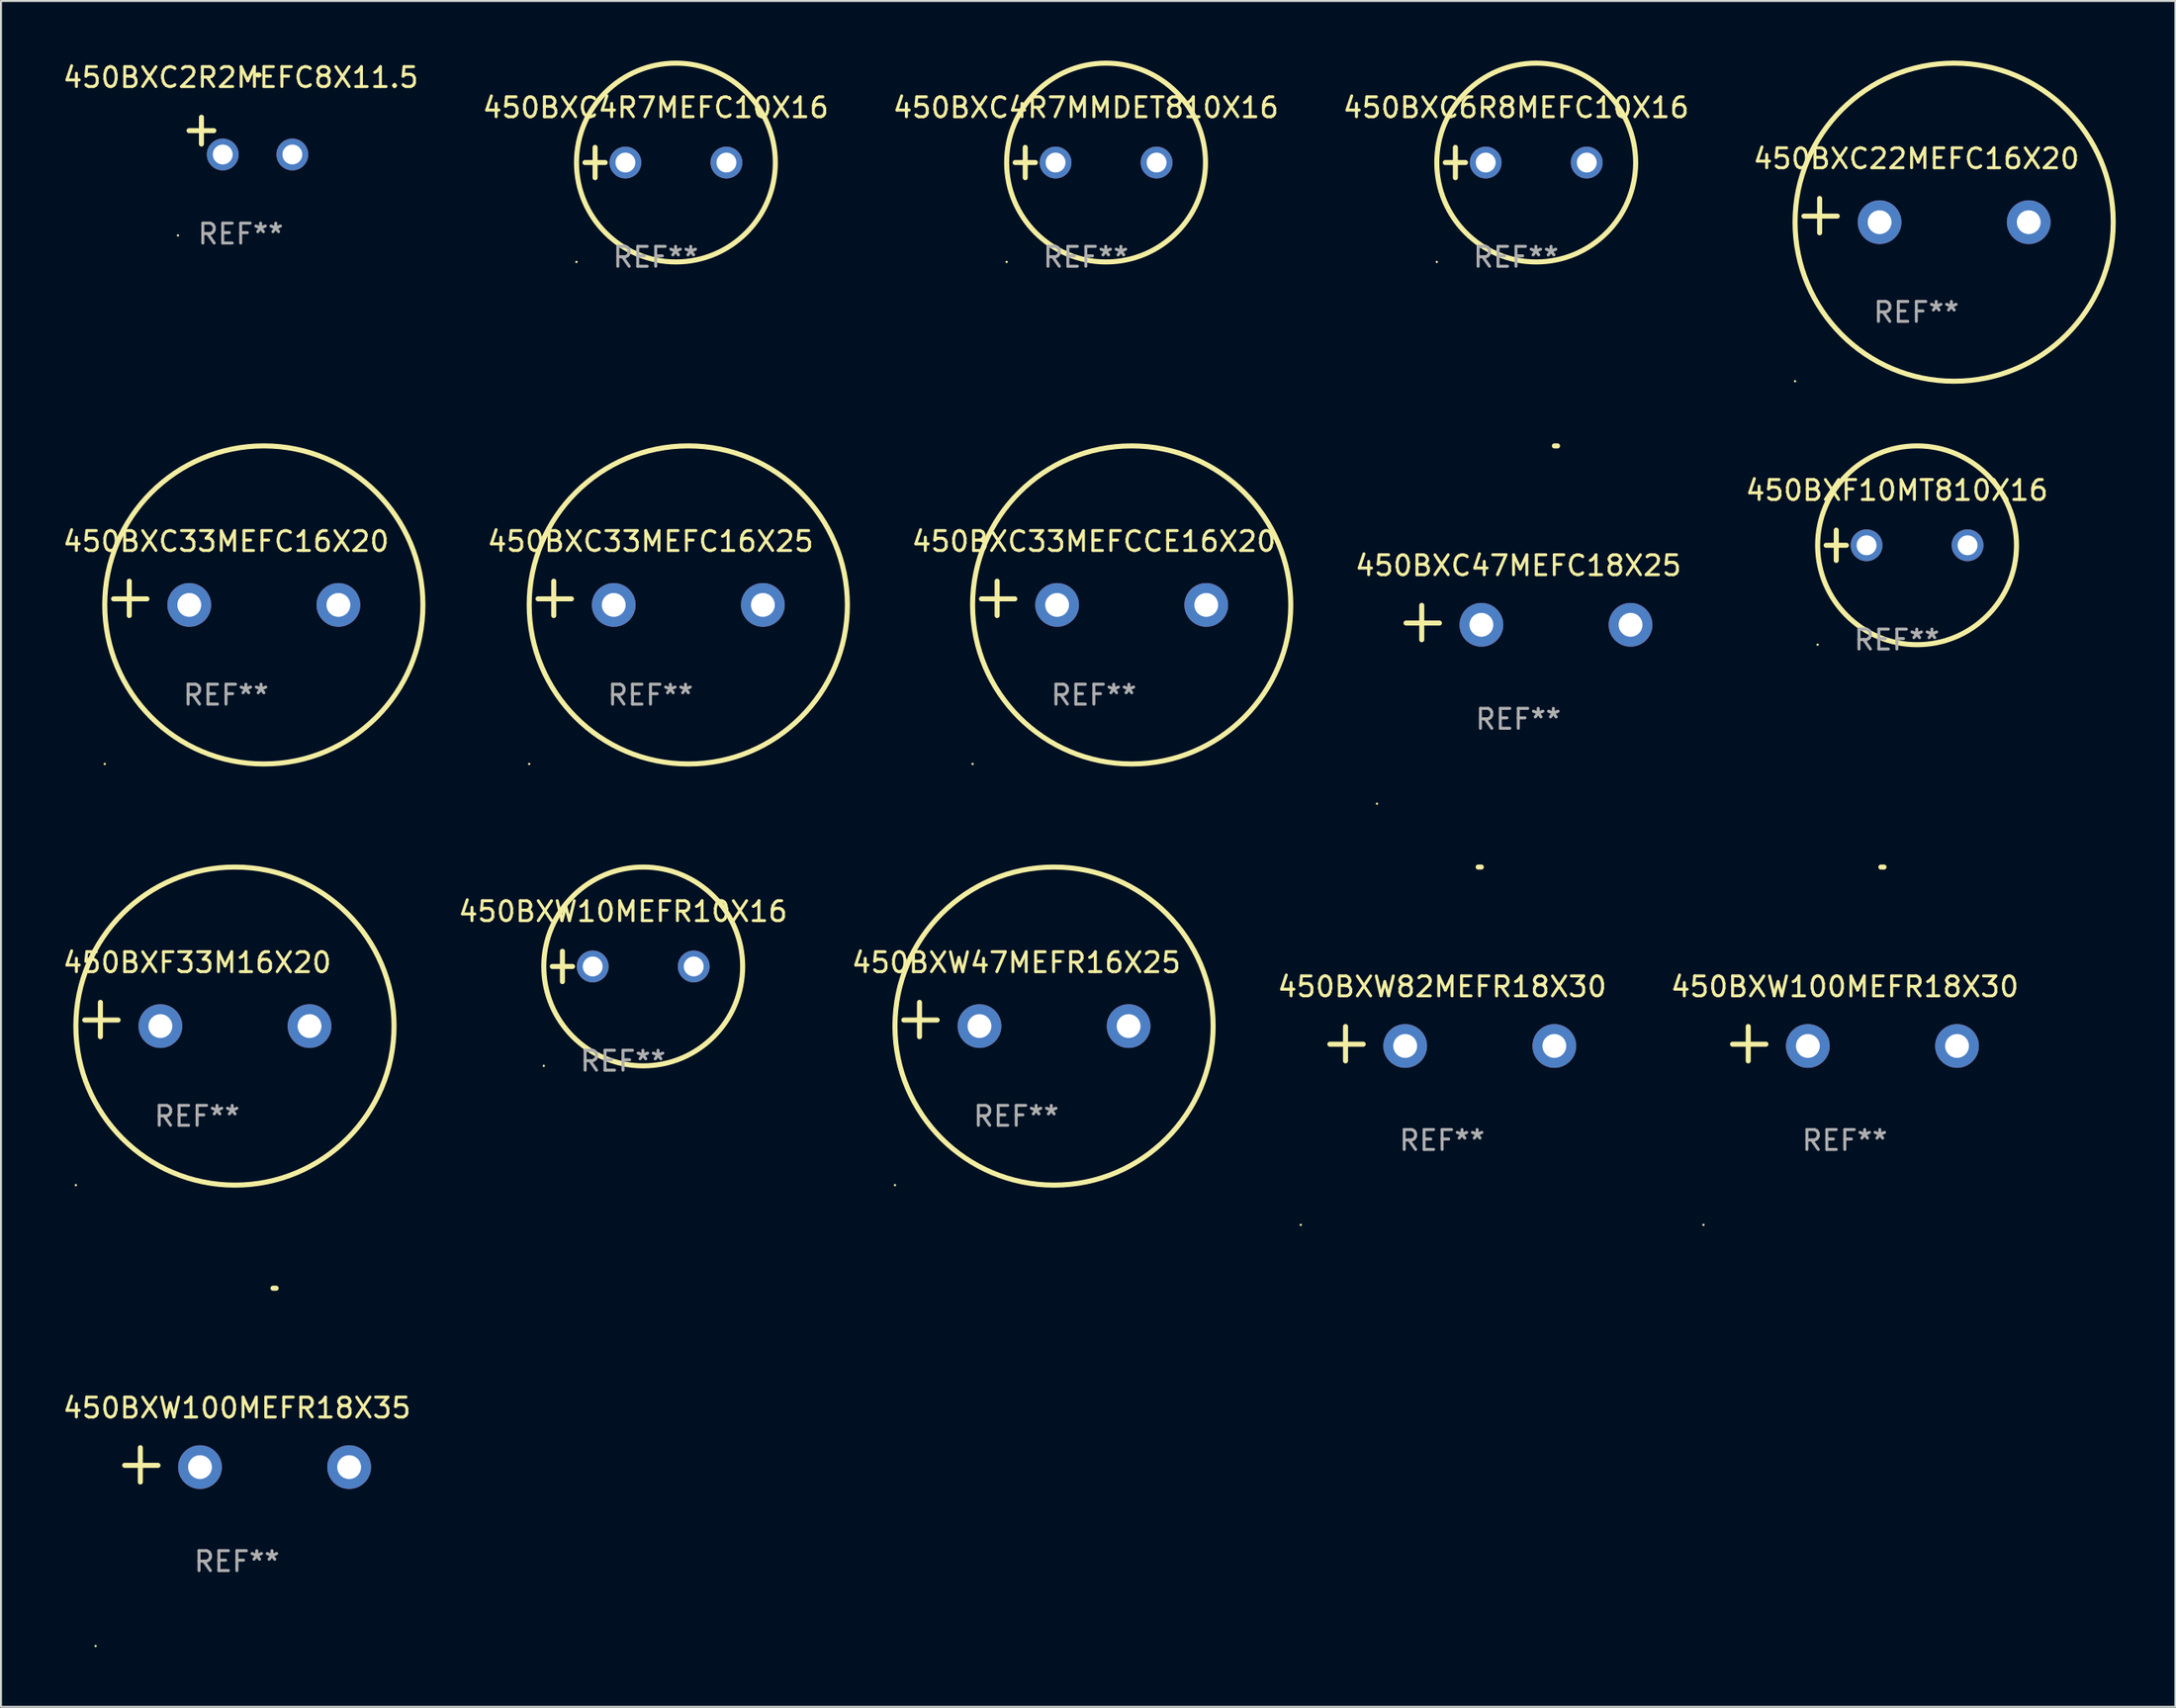
<source format=kicad_pcb>
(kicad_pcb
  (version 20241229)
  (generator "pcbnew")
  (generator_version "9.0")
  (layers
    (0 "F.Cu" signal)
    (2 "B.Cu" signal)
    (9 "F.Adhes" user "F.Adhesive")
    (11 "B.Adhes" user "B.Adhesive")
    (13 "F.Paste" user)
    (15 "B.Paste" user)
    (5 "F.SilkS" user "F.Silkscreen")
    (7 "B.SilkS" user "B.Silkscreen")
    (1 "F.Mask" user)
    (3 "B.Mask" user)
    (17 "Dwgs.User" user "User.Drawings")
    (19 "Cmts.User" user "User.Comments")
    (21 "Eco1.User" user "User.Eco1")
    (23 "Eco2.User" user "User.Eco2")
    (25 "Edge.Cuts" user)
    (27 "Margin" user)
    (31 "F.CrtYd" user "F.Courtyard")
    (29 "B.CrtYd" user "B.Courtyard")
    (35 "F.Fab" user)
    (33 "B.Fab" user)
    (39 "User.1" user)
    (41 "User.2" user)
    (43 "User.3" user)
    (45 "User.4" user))
  (footprint "450BXC33MEFC16X20"
    (layer "F.Cu")
    (at 8.315 27.051)
    (property "Reference" "450BXC33MEFC16X20" (at 0 -2.864 0) (layer "F.SilkS") (effects (font (size 1 1) (thickness 0.15))))
    (attr through_hole)
    (fp_line (start -4.864 0.864) (end -4.864 -0.864) (stroke (width 0.254) (type solid)) (layer "F.SilkS"))
    (fp_line (start -3.975 0.025) (end -5.652 0.025) (stroke (width 0.254) (type solid)) (layer "F.SilkS"))
    (fp_circle (center -6.098 8.33) (end -6.068 8.33) (stroke (width 0.06) (type solid)) (fill no) (layer "F.SilkS"))
    (fp_circle (center 1.902 0.33) (end 9.902 0.33) (stroke (width 0.254) (type solid)) (fill no) (layer "F.SilkS"))
    (fp_text user "REF**" (at 0 4.864 0) (layer "F.Fab") (effects (font (size 1 1) (thickness 0.15))))
    (pad "1" thru_hole circle (at -1.848 0.33) (size 2.2 2.2) (drill 1.2) (layers "*.Cu" "*.Mask"))
    (pad "2" thru_hole circle (at 5.652 0.33) (size 2.2 2.2) (drill 1.2) (layers "*.Cu" "*.Mask")))
  (footprint "450BXC4R7MMDET810X16"
    (layer "F.Cu")
    (at 51.554 5.127)
    (property "Reference" "450BXC4R7MMDET810X16" (at 0 -2.762 0) (layer "F.SilkS") (effects (font (size 1 1) (thickness 0.15))))
    (attr through_hole)
    (fp_line (start -3.556 0) (end -2.54 0) (stroke (width 0.254) (type solid)) (layer "F.SilkS"))
    (fp_line (start -3.048 -0.762) (end -3.048 0.762) (stroke (width 0.254) (type solid)) (layer "F.SilkS"))
    (fp_circle (center -3.984 5) (end -3.954 5) (stroke (width 0.06) (type solid)) (fill no) (layer "F.SilkS"))
    (fp_circle (center 1.016 0) (end 6.016 0) (stroke (width 0.254) (type solid)) (fill no) (layer "F.SilkS"))
    (fp_text user "REF**" (at 0 4.762 0) (layer "F.Fab") (effects (font (size 1 1) (thickness 0.15))))
    (pad "1" thru_hole circle (at -1.524 0) (size 1.6 1.6) (drill 1) (layers "*.Cu" "*.Mask"))
    (pad "2" thru_hole circle (at 3.556 0) (size 1.6 1.6) (drill 1) (layers "*.Cu" "*.Mask")))
  (footprint "450BXC22MEFC16X20"
    (layer "F.Cu")
    (at 93.315 7.797)
    (property "Reference" "450BXC22MEFC16X20" (at 0 -2.864 0) (layer "F.SilkS") (effects (font (size 1 1) (thickness 0.15))))
    (attr through_hole)
    (fp_line (start -4.864 0.864) (end -4.864 -0.864) (stroke (width 0.254) (type solid)) (layer "F.SilkS"))
    (fp_line (start -3.975 0.025) (end -5.652 0.025) (stroke (width 0.254) (type solid)) (layer "F.SilkS"))
    (fp_circle (center -6.098 8.33) (end -6.068 8.33) (stroke (width 0.06) (type solid)) (fill no) (layer "F.SilkS"))
    (fp_circle (center 1.902 0.33) (end 9.902 0.33) (stroke (width 0.254) (type solid)) (fill no) (layer "F.SilkS"))
    (fp_text user "REF**" (at 0 4.864 0) (layer "F.Fab") (effects (font (size 1 1) (thickness 0.15))))
    (pad "1" thru_hole circle (at -1.848 0.33) (size 2.2 2.2) (drill 1.2) (layers "*.Cu" "*.Mask"))
    (pad "2" thru_hole circle (at 5.652 0.33) (size 2.2 2.2) (drill 1.2) (layers "*.Cu" "*.Mask")))
  (footprint "450BXF33M16X20"
    (layer "F.Cu")
    (at 6.863 48.238)
    (property "Reference" "450BXF33M16X20" (at 0 -2.864 0) (layer "F.SilkS") (effects (font (size 1 1) (thickness 0.15))))
    (attr through_hole)
    (fp_line (start -4.864 0.864) (end -4.864 -0.864) (stroke (width 0.254) (type solid)) (layer "F.SilkS"))
    (fp_line (start -3.975 0.025) (end -5.652 0.025) (stroke (width 0.254) (type solid)) (layer "F.SilkS"))
    (fp_circle (center -6.098 8.33) (end -6.068 8.33) (stroke (width 0.06) (type solid)) (fill no) (layer "F.SilkS"))
    (fp_circle (center 1.902 0.33) (end 9.902 0.33) (stroke (width 0.254) (type solid)) (fill no) (layer "F.SilkS"))
    (fp_text user "REF**" (at 0 4.864 0) (layer "F.Fab") (effects (font (size 1 1) (thickness 0.15))))
    (pad "1" thru_hole circle (at -1.848 0.33) (size 2.2 2.2) (drill 1.2) (layers "*.Cu" "*.Mask"))
    (pad "2" thru_hole circle (at 5.652 0.33) (size 2.2 2.2) (drill 1.2) (layers "*.Cu" "*.Mask")))
  (footprint "450BXC4R7MEFC10X16"
    (layer "F.Cu")
    (at 29.923 5.127)
    (property "Reference" "450BXC4R7MEFC10X16" (at 0 -2.762 0) (layer "F.SilkS") (effects (font (size 1 1) (thickness 0.15))))
    (attr through_hole)
    (fp_line (start -3.556 0) (end -2.54 0) (stroke (width 0.254) (type solid)) (layer "F.SilkS"))
    (fp_line (start -3.048 -0.762) (end -3.048 0.762) (stroke (width 0.254) (type solid)) (layer "F.SilkS"))
    (fp_circle (center -3.984 5) (end -3.954 5) (stroke (width 0.06) (type solid)) (fill no) (layer "F.SilkS"))
    (fp_circle (center 1.016 0) (end 6.016 0) (stroke (width 0.254) (type solid)) (fill no) (layer "F.SilkS"))
    (fp_text user "REF**" (at 0 4.762 0) (layer "F.Fab") (effects (font (size 1 1) (thickness 0.15))))
    (pad "1" thru_hole circle (at -1.524 0) (size 1.6 1.6) (drill 1) (layers "*.Cu" "*.Mask"))
    (pad "2" thru_hole circle (at 3.556 0) (size 1.6 1.6) (drill 1) (layers "*.Cu" "*.Mask")))
  (footprint "450BXC6R8MEFC10X16"
    (layer "F.Cu")
    (at 73.185 5.127)
    (property "Reference" "450BXC6R8MEFC10X16" (at 0 -2.762 0) (layer "F.SilkS") (effects (font (size 1 1) (thickness 0.15))))
    (attr through_hole)
    (fp_line (start -3.556 0) (end -2.54 0) (stroke (width 0.254) (type solid)) (layer "F.SilkS"))
    (fp_line (start -3.048 -0.762) (end -3.048 0.762) (stroke (width 0.254) (type solid)) (layer "F.SilkS"))
    (fp_circle (center -3.984 5) (end -3.954 5) (stroke (width 0.06) (type solid)) (fill no) (layer "F.SilkS"))
    (fp_circle (center 1.016 0) (end 6.016 0) (stroke (width 0.254) (type solid)) (fill no) (layer "F.SilkS"))
    (fp_text user "REF**" (at 0 4.762 0) (layer "F.Fab") (effects (font (size 1 1) (thickness 0.15))))
    (pad "1" thru_hole circle (at -1.524 0) (size 1.6 1.6) (drill 1) (layers "*.Cu" "*.Mask"))
    (pad "2" thru_hole circle (at 3.556 0) (size 1.6 1.6) (drill 1) (layers "*.Cu" "*.Mask")))
  (footprint "450BXW47MEFR16X25"
    (layer "F.Cu")
    (at 48.052 48.238)
    (property "Reference" "450BXW47MEFR16X25" (at 0 -2.864 0) (layer "F.SilkS") (effects (font (size 1 1) (thickness 0.15))))
    (attr through_hole)
    (fp_line (start -4.864 0.864) (end -4.864 -0.864) (stroke (width 0.254) (type solid)) (layer "F.SilkS"))
    (fp_line (start -3.975 0.025) (end -5.652 0.025) (stroke (width 0.254) (type solid)) (layer "F.SilkS"))
    (fp_circle (center -6.098 8.33) (end -6.068 8.33) (stroke (width 0.06) (type solid)) (fill no) (layer "F.SilkS"))
    (fp_circle (center 1.902 0.33) (end 9.902 0.33) (stroke (width 0.254) (type solid)) (fill no) (layer "F.SilkS"))
    (fp_text user "REF**" (at 0 4.864 0) (layer "F.Fab") (effects (font (size 1 1) (thickness 0.15))))
    (pad "1" thru_hole circle (at -1.848 0.33) (size 2.2 2.2) (drill 1.2) (layers "*.Cu" "*.Mask"))
    (pad "2" thru_hole circle (at 5.652 0.33) (size 2.2 2.2) (drill 1.2) (layers "*.Cu" "*.Mask")))
  (footprint "450BXW82MEFR18X30"
    (layer "F.Cu")
    (at 69.468 49.454)
    (property "Reference" "450BXW82MEFR18X30" (at 0 -2.864 0) (layer "F.SilkS") (effects (font (size 1 1) (thickness 0.15))))
    (attr through_hole)
    (fp_line (start -4.856 0.864) (end -4.856 -0.864) (stroke (width 0.254) (type solid)) (layer "F.SilkS"))
    (fp_line (start -3.967 0.025) (end -5.644 0.025) (stroke (width 0.254) (type solid)) (layer "F.SilkS"))
    (fp_arc (start 1.815024 -8.885649) (mid 1.893764 -8.88599) (end 1.972504 -8.885649) (stroke (width 0.254001) (type solid)) (layer "F.SilkS"))
    (fp_circle (center -7.106 9.114) (end -7.076 9.114) (stroke (width 0.06) (type solid)) (fill no) (layer "F.SilkS"))
    (fp_text user "REF**" (at 0 4.864 0) (layer "F.Fab") (effects (font (size 1 1) (thickness 0.15))))
    (pad "1" thru_hole circle (at -1.856 0.114) (size 2.2 2.2) (drill 1.2) (layers "*.Cu" "*.Mask"))
    (pad "2" thru_hole circle (at 5.644 0.114) (size 2.2 2.2) (drill 1.2) (layers "*.Cu" "*.Mask")))
  (footprint "450BXC33MEFC16X25"
    (layer "F.Cu")
    (at 29.66 27.051)
    (property "Reference" "450BXC33MEFC16X25" (at 0 -2.864 0) (layer "F.SilkS") (effects (font (size 1 1) (thickness 0.15))))
    (attr through_hole)
    (fp_line (start -4.864 0.864) (end -4.864 -0.864) (stroke (width 0.254) (type solid)) (layer "F.SilkS"))
    (fp_line (start -3.975 0.025) (end -5.652 0.025) (stroke (width 0.254) (type solid)) (layer "F.SilkS"))
    (fp_circle (center -6.098 8.33) (end -6.068 8.33) (stroke (width 0.06) (type solid)) (fill no) (layer "F.SilkS"))
    (fp_circle (center 1.902 0.33) (end 9.902 0.33) (stroke (width 0.254) (type solid)) (fill no) (layer "F.SilkS"))
    (fp_text user "REF**" (at 0 4.864 0) (layer "F.Fab") (effects (font (size 1 1) (thickness 0.15))))
    (pad "1" thru_hole circle (at -1.848 0.33) (size 2.2 2.2) (drill 1.2) (layers "*.Cu" "*.Mask"))
    (pad "2" thru_hole circle (at 5.652 0.33) (size 2.2 2.2) (drill 1.2) (layers "*.Cu" "*.Mask")))
  (footprint "450BXC2R2MEFC8X11.5"
    (layer "F.Cu")
    (at 9.054 3.785)
    (property "Reference" "450BXC2R2MEFC8X11.5" (at 0 -2.937 0) (layer "F.SilkS") (effects (font (size 1 1) (thickness 0.15))))
    (attr through_hole)
    (fp_line (start -1.975 0.41) (end -1.975 -0.937) (stroke (width 0.254) (type solid)) (layer "F.SilkS"))
    (fp_line (start -1.353 -0.263) (end -2.597 -0.263) (stroke (width 0.254) (type solid)) (layer "F.SilkS"))
    (fp_arc (start 0.849809 -3.063957) (mid 0.885369 -3.064114) (end 0.920929 -3.063957) (stroke (width 0.254001) (type solid)) (layer "F.SilkS"))
    (fp_circle (center -3.154 5.008) (end -3.124 5.008) (stroke (width 0.06) (type solid)) (fill no) (layer "F.SilkS"))
    (fp_text user "REF**" (at 0 4.937 0) (layer "F.Fab") (effects (font (size 1 1) (thickness 0.15))))
    (pad "1" thru_hole circle (at -0.903 0.937) (size 1.6 1.6) (drill 1) (layers "*.Cu" "*.Mask"))
    (pad "2" thru_hole circle (at 2.597 0.937) (size 1.6 1.6) (drill 1) (layers "*.Cu" "*.Mask")))
  (footprint "450BXW100MEFR18X30"
    (layer "F.Cu")
    (at 89.718 49.454)
    (property "Reference" "450BXW100MEFR18X30" (at 0 -2.864 0) (layer "F.SilkS") (effects (font (size 1 1) (thickness 0.15))))
    (attr through_hole)
    (fp_line (start -4.856 0.864) (end -4.856 -0.864) (stroke (width 0.254) (type solid)) (layer "F.SilkS"))
    (fp_line (start -3.967 0.025) (end -5.644 0.025) (stroke (width 0.254) (type solid)) (layer "F.SilkS"))
    (fp_arc (start 1.815024 -8.885649) (mid 1.893764 -8.88599) (end 1.972504 -8.885649) (stroke (width 0.254001) (type solid)) (layer "F.SilkS"))
    (fp_circle (center -7.106 9.114) (end -7.076 9.114) (stroke (width 0.06) (type solid)) (fill no) (layer "F.SilkS"))
    (fp_text user "REF**" (at 0 4.864 0) (layer "F.Fab") (effects (font (size 1 1) (thickness 0.15))))
    (pad "1" thru_hole circle (at -1.856 0.114) (size 2.2 2.2) (drill 1.2) (layers "*.Cu" "*.Mask"))
    (pad "2" thru_hole circle (at 5.644 0.114) (size 2.2 2.2) (drill 1.2) (layers "*.Cu" "*.Mask")))
  (footprint "450BXC47MEFC18X25"
    (layer "F.Cu")
    (at 73.3 28.267)
    (property "Reference" "450BXC47MEFC18X25" (at 0 -2.864 0) (layer "F.SilkS") (effects (font (size 1 1) (thickness 0.15))))
    (attr through_hole)
    (fp_line (start -4.856 0.864) (end -4.856 -0.864) (stroke (width 0.254) (type solid)) (layer "F.SilkS"))
    (fp_line (start -3.967 0.025) (end -5.644 0.025) (stroke (width 0.254) (type solid)) (layer "F.SilkS"))
    (fp_arc (start 1.815024 -8.885649) (mid 1.893764 -8.88599) (end 1.972504 -8.885649) (stroke (width 0.254001) (type solid)) (layer "F.SilkS"))
    (fp_circle (center -7.106 9.114) (end -7.076 9.114) (stroke (width 0.06) (type solid)) (fill no) (layer "F.SilkS"))
    (fp_text user "REF**" (at 0 4.864 0) (layer "F.Fab") (effects (font (size 1 1) (thickness 0.15))))
    (pad "1" thru_hole circle (at -1.856 0.114) (size 2.2 2.2) (drill 1.2) (layers "*.Cu" "*.Mask"))
    (pad "2" thru_hole circle (at 5.644 0.114) (size 2.2 2.2) (drill 1.2) (layers "*.Cu" "*.Mask")))
  (footprint "450BXW10MEFR10X16"
    (layer "F.Cu")
    (at 28.279 45.568)
    (property "Reference" "450BXW10MEFR10X16" (at 0 -2.762 0) (layer "F.SilkS") (effects (font (size 1 1) (thickness 0.15))))
    (attr through_hole)
    (fp_line (start -3.556 0) (end -2.54 0) (stroke (width 0.254) (type solid)) (layer "F.SilkS"))
    (fp_line (start -3.048 -0.762) (end -3.048 0.762) (stroke (width 0.254) (type solid)) (layer "F.SilkS"))
    (fp_circle (center -3.984 5) (end -3.954 5) (stroke (width 0.06) (type solid)) (fill no) (layer "F.SilkS"))
    (fp_circle (center 1.016 0) (end 6.016 0) (stroke (width 0.254) (type solid)) (fill no) (layer "F.SilkS"))
    (fp_text user "REF**" (at 0 4.762 0) (layer "F.Fab") (effects (font (size 1 1) (thickness 0.15))))
    (pad "1" thru_hole circle (at -1.524 0) (size 1.6 1.6) (drill 1) (layers "*.Cu" "*.Mask"))
    (pad "2" thru_hole circle (at 3.556 0) (size 1.6 1.6) (drill 1) (layers "*.Cu" "*.Mask")))
  (footprint "450BXF10MT810X16"
    (layer "F.Cu")
    (at 92.336 24.381)
    (property "Reference" "450BXF10MT810X16" (at 0 -2.762 0) (layer "F.SilkS") (effects (font (size 1 1) (thickness 0.15))))
    (attr through_hole)
    (fp_line (start -3.556 0) (end -2.54 0) (stroke (width 0.254) (type solid)) (layer "F.SilkS"))
    (fp_line (start -3.048 -0.762) (end -3.048 0.762) (stroke (width 0.254) (type solid)) (layer "F.SilkS"))
    (fp_circle (center -3.984 5) (end -3.954 5) (stroke (width 0.06) (type solid)) (fill no) (layer "F.SilkS"))
    (fp_circle (center 1.016 0) (end 6.016 0) (stroke (width 0.254) (type solid)) (fill no) (layer "F.SilkS"))
    (fp_text user "REF**" (at 0 4.762 0) (layer "F.Fab") (effects (font (size 1 1) (thickness 0.15))))
    (pad "1" thru_hole circle (at -1.524 0) (size 1.6 1.6) (drill 1) (layers "*.Cu" "*.Mask"))
    (pad "2" thru_hole circle (at 3.556 0) (size 1.6 1.6) (drill 1) (layers "*.Cu" "*.Mask")))
  (footprint "450BXC33MEFCCE16X20"
    (layer "F.Cu")
    (at 51.956 27.051)
    (property "Reference" "450BXC33MEFCCE16X20" (at 0 -2.864 0) (layer "F.SilkS") (effects (font (size 1 1) (thickness 0.15))))
    (attr through_hole)
    (fp_line (start -4.864 0.864) (end -4.864 -0.864) (stroke (width 0.254) (type solid)) (layer "F.SilkS"))
    (fp_line (start -3.975 0.025) (end -5.652 0.025) (stroke (width 0.254) (type solid)) (layer "F.SilkS"))
    (fp_circle (center -6.098 8.33) (end -6.068 8.33) (stroke (width 0.06) (type solid)) (fill no) (layer "F.SilkS"))
    (fp_circle (center 1.902 0.33) (end 9.902 0.33) (stroke (width 0.254) (type solid)) (fill no) (layer "F.SilkS"))
    (fp_text user "REF**" (at 0 4.864 0) (layer "F.Fab") (effects (font (size 1 1) (thickness 0.15))))
    (pad "1" thru_hole circle (at -1.848 0.33) (size 2.2 2.2) (drill 1.2) (layers "*.Cu" "*.Mask"))
    (pad "2" thru_hole circle (at 5.652 0.33) (size 2.2 2.2) (drill 1.2) (layers "*.Cu" "*.Mask")))
  (footprint "450BXW100MEFR18X35"
    (layer "F.Cu")
    (at 8.863 70.64)
    (property "Reference" "450BXW100MEFR18X35" (at 0 -2.864 0) (layer "F.SilkS") (effects (font (size 1 1) (thickness 0.15))))
    (attr through_hole)
    (fp_line (start -4.856 0.864) (end -4.856 -0.864) (stroke (width 0.254) (type solid)) (layer "F.SilkS"))
    (fp_line (start -3.967 0.025) (end -5.644 0.025) (stroke (width 0.254) (type solid)) (layer "F.SilkS"))
    (fp_arc (start 1.815024 -8.885649) (mid 1.893764 -8.88599) (end 1.972504 -8.885649) (stroke (width 0.254001) (type solid)) (layer "F.SilkS"))
    (fp_circle (center -7.106 9.114) (end -7.076 9.114) (stroke (width 0.06) (type solid)) (fill no) (layer "F.SilkS"))
    (fp_text user "REF**" (at 0 4.864 0) (layer "F.Fab") (effects (font (size 1 1) (thickness 0.15))))
    (pad "1" thru_hole circle (at -1.856 0.114) (size 2.2 2.2) (drill 1.2) (layers "*.Cu" "*.Mask"))
    (pad "2" thru_hole circle (at 5.644 0.114) (size 2.2 2.2) (drill 1.2) (layers "*.Cu" "*.Mask")))
  (gr_rect
    (start -3 -3)
    (end 106.344 82.814)
    (stroke (width 0.1) (type default))
    (fill no)
    (layer "Edge.Cuts")))
</source>
